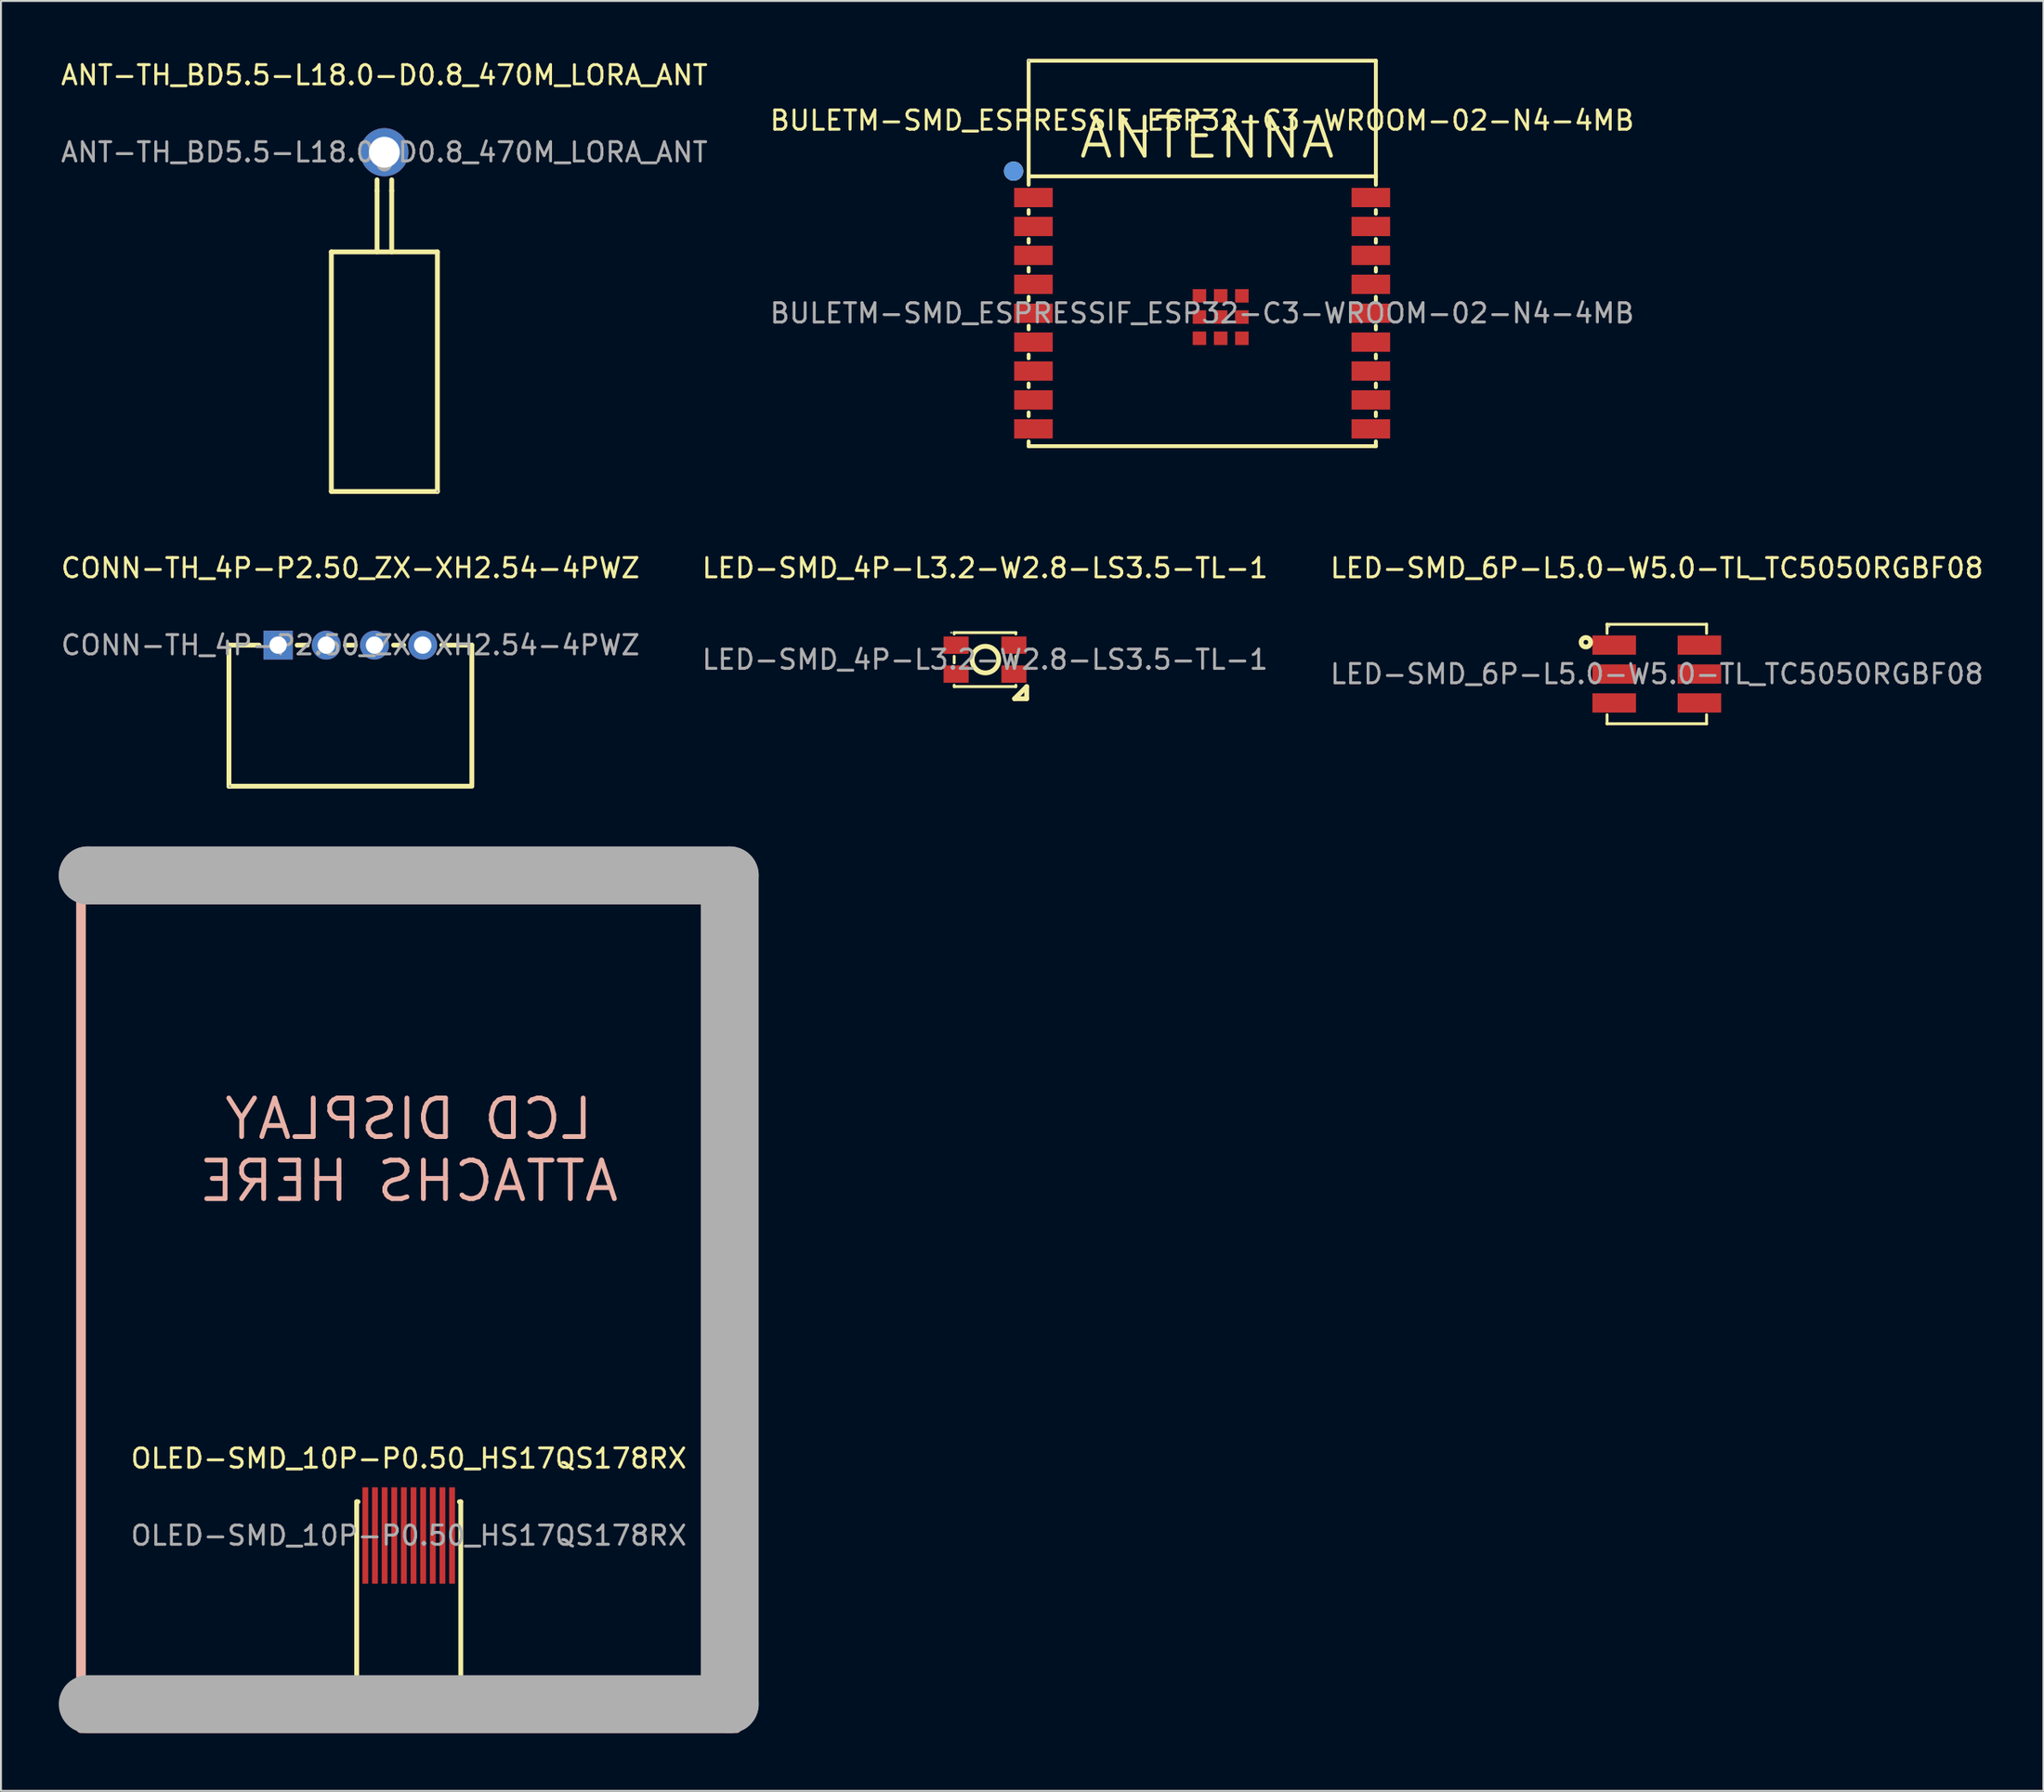
<source format=kicad_pcb>
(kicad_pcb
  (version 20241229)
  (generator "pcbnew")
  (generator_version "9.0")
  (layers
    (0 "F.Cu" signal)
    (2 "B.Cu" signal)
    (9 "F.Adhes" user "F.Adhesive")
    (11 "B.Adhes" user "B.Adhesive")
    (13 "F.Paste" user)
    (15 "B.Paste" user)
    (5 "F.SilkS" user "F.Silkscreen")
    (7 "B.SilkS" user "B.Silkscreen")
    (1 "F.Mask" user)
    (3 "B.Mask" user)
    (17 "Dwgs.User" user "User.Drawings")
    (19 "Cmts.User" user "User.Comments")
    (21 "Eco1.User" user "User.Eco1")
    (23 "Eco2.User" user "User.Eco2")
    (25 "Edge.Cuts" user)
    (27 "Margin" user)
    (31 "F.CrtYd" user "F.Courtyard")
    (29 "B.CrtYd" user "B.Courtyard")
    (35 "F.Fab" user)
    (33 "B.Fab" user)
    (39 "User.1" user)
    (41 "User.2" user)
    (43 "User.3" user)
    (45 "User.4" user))
  (footprint "ANT-TH_BD5.5-L18.0-D0.8_470M_LORA_ANT"
    (layer "F.Cu")
    (at 16.887 4.848)
    (property "Reference" "ANT-TH_BD5.5-L18.0-D0.8_470M_LORA_ANT" (at 0 -4 0) (layer "F.SilkS") (effects (font (size 1 1) (thickness 0.15))))
    (attr through_hole)
    (fp_line (start -2.75 5.17) (end -2.75 17.6) (stroke (width 0.25) (type solid)) (layer "F.SilkS"))
    (fp_line (start -2.75 5.17) (end 2.75 5.17) (stroke (width 0.25) (type solid)) (layer "F.SilkS"))
    (fp_line (start -0.38 2) (end -0.38 1.43) (stroke (width 0.25) (type solid)) (layer "F.SilkS"))
    (fp_line (start -0.38 2) (end -0.38 5.17) (stroke (width 0.25) (type solid)) (layer "F.SilkS"))
    (fp_line (start 0.38 2) (end 0.38 1.43) (stroke (width 0.25) (type solid)) (layer "F.SilkS"))
    (fp_line (start 0.38 2) (end 0.38 5.17) (stroke (width 0.25) (type solid)) (layer "F.SilkS"))
    (fp_line (start 2.75 5.17) (end 2.75 17.6) (stroke (width 0.25) (type solid)) (layer "F.SilkS"))
    (fp_line (start 2.75 17.6) (end -2.75 17.6) (stroke (width 0.25) (type solid)) (layer "F.SilkS"))
    (fp_circle (center 0 0.6) (end 0.2 0.6) (stroke (width 0.4) (type solid)) (fill no) (layer "F.Fab"))
    (fp_circle (center 2.75 17.6) (end 2.78 17.6) (stroke (width 0.06) (type solid)) (fill no) (layer "F.Fab"))
    (fp_text user "${REFERENCE}" (at 0 0 0) (layer "F.Fab") (effects (font (size 1 1) (thickness 0.15))))
    (pad "1" thru_hole circle (at 0 0 270) (size 2.5 2.5) (drill 1.6) (layers "*.Cu" "*.Mask")))
  (footprint "LED-SMD_4P-L3.2-W2.8-LS3.5-TL-1"
    (layer "F.Cu")
    (at 48.042 31.172)
    (property "Reference" "LED-SMD_4P-L3.2-W2.8-LS3.5-TL-1" (at 0 -4.75 0) (layer "F.SilkS") (effects (font (size 1 1) (thickness 0.15))))
    (attr smd)
    (fp_line (start -1.6 -1.4) (end 1.6 -1.4) (stroke (width 0.15) (type solid)) (layer "F.SilkS"))
    (fp_line (start -1.6 -1.33) (end -1.6 -1.4) (stroke (width 0.15) (type solid)) (layer "F.SilkS"))
    (fp_line (start -1.6 0.17) (end -1.6 -0.17) (stroke (width 0.15) (type solid)) (layer "F.SilkS"))
    (fp_line (start -1.6 1.4) (end -1.6 1.33) (stroke (width 0.15) (type solid)) (layer "F.SilkS"))
    (fp_line (start 1.53 2.03) (end 2.16 1.4) (stroke (width 0.25) (type solid)) (layer "F.SilkS"))
    (fp_line (start 1.6 -1.4) (end 1.6 -1.33) (stroke (width 0.15) (type solid)) (layer "F.SilkS"))
    (fp_line (start 1.6 -0.17) (end 1.6 0.17) (stroke (width 0.15) (type solid)) (layer "F.SilkS"))
    (fp_line (start 1.6 1.33) (end 1.6 1.4) (stroke (width 0.15) (type solid)) (layer "F.SilkS"))
    (fp_line (start 1.6 1.4) (end -1.6 1.4) (stroke (width 0.15) (type solid)) (layer "F.SilkS"))
    (fp_line (start 2.16 1.4) (end 2.16 2.03) (stroke (width 0.25) (type solid)) (layer "F.SilkS"))
    (fp_line (start 2.16 2.03) (end 1.53 2.03) (stroke (width 0.25) (type solid)) (layer "F.SilkS"))
    (fp_circle (center 0.02 0) (end 0.71 0) (stroke (width 0.25) (type solid)) (fill no) (layer "F.SilkS"))
    (fp_circle (center -1.75 -1.4) (end -1.72 -1.4) (stroke (width 0.06) (type solid)) (fill no) (layer "F.Fab"))
    (fp_text user "${REFERENCE}" (at 0 0 0) (layer "F.Fab") (effects (font (size 1 1) (thickness 0.15))))
    (pad "1" smd rect (at -1.5 -0.75 90) (size 0.9 1.3) (layers "F.Cu" "F.Mask" "F.Paste"))
    (pad "2" smd rect (at -1.5 0.75 90) (size 0.9 1.3) (layers "F.Cu" "F.Mask" "F.Paste"))
    (pad "3" smd rect (at 1.5 -0.75 90) (size 0.9 1.3) (layers "F.Cu" "F.Mask" "F.Paste"))
    (pad "4" smd rect (at 1.5 0.75 90) (size 0.9 1.3) (layers "F.Cu" "F.Mask" "F.Paste")))
  (footprint "OLED-SMD_10P-P0.50_HS17QS178RX"
    (layer "F.Cu")
    (at 18.15 76.617)
    (property "Reference" "OLED-SMD_10P-P0.50_HS17QS178RX" (at 0 -4 0) (layer "F.SilkS") (effects (font (size 1 1) (thickness 0.15))))
    (attr smd)
    (fp_line (start -2.7 -1.75) (end -2.7 8.75) (stroke (width 0.25) (type solid)) (layer "F.SilkS"))
    (fp_line (start -2.63 -1.75) (end -2.7 -1.75) (stroke (width 0.25) (type solid)) (layer "F.SilkS"))
    (fp_line (start 2.63 -1.75) (end 2.7 -1.75) (stroke (width 0.25) (type solid)) (layer "F.SilkS"))
    (fp_line (start 2.7 -1.75) (end 2.7 8.75) (stroke (width 0.25) (type solid)) (layer "F.SilkS"))
    (fp_rect (start -17 -33) (end 17 10) (stroke (width 0.5) (type solid)) (fill no) (layer "B.SilkS"))
    (fp_line (start -16.65 -34.25) (end -16.65 -34.25) (stroke (width 3) (type solid)) (layer "F.Fab"))
    (fp_line (start -16.65 -34.25) (end 16.65 -34.25) (stroke (width 3) (type solid)) (layer "F.Fab"))
    (fp_line (start 16.65 -34.25) (end 16.65 8.75) (stroke (width 3) (type solid)) (layer "F.Fab"))
    (fp_line (start 16.65 8.75) (end -16.65 8.75) (stroke (width 3) (type solid)) (layer "F.Fab"))
    (fp_circle (center -16.65 8.75) (end -16.62 8.75) (stroke (width 0.06) (type solid)) (fill no) (layer "F.Fab"))
    (fp_text user "LCD DISPLAY\nATTACHS HERE" (at 0 -20 0) (unlocked yes) (layer "B.SilkS") (effects (font (size 2 2) (thickness 0.25)) (justify mirror)))
    (fp_text user "${REFERENCE}" (at 0 0 0) (layer "F.Fab") (effects (font (size 1 1) (thickness 0.15))))
    (pad "1" smd rect (at -2.25 0) (size 0.3 5) (layers "F.Cu" "F.Mask" "F.Paste"))
    (pad "2" smd rect (at -1.75 0) (size 0.3 5) (layers "F.Cu" "F.Mask" "F.Paste"))
    (pad "3" smd rect (at -1.25 0) (size 0.3 5) (layers "F.Cu" "F.Mask" "F.Paste"))
    (pad "4" smd rect (at -0.75 0) (size 0.3 5) (layers "F.Cu" "F.Mask" "F.Paste"))
    (pad "5" smd rect (at -0.25 0) (size 0.3 5) (layers "F.Cu" "F.Mask" "F.Paste"))
    (pad "6" smd rect (at 0.25 0) (size 0.3 5) (layers "F.Cu" "F.Mask" "F.Paste"))
    (pad "7" smd rect (at 0.75 0) (size 0.3 5) (layers "F.Cu" "F.Mask" "F.Paste"))
    (pad "8" smd rect (at 1.25 0) (size 0.3 5) (layers "F.Cu" "F.Mask" "F.Paste"))
    (pad "9" smd rect (at 1.75 0) (size 0.3 5) (layers "F.Cu" "F.Mask" "F.Paste"))
    (pad "10" smd rect (at 2.25 0) (size 0.3 5) (layers "F.Cu" "F.Mask" "F.Paste")))
  (footprint "BULETM-SMD_ESPRESSIF_ESP32-C3-WROOM-02-N4-4MB"
    (layer "F.Cu")
    (at 59.304 13.2)
    (property "Reference" "BULETM-SMD_ESPRESSIF_ESP32-C3-WROOM-02-N4-4MB" (at 0 -10 0) (layer "F.SilkS") (effects (font (size 1 1) (thickness 0.15))))
    (attr smd)
    (fp_line (start -9 -13.1) (end -9 -6.66) (stroke (width 0.2) (type solid)) (layer "F.SilkS"))
    (fp_line (start -9 -7.1) (end 9.01 -7.1) (stroke (width 0.2) (type solid)) (layer "F.SilkS"))
    (fp_line (start -9 -5.35) (end -9 -5.16) (stroke (width 0.2) (type solid)) (layer "F.SilkS"))
    (fp_line (start -9 -3.85) (end -9 -3.66) (stroke (width 0.2) (type solid)) (layer "F.SilkS"))
    (fp_line (start -9 -2.35) (end -9 -2.16) (stroke (width 0.2) (type solid)) (layer "F.SilkS"))
    (fp_line (start -9 -0.85) (end -9 -0.66) (stroke (width 0.2) (type solid)) (layer "F.SilkS"))
    (fp_line (start -9 0.65) (end -9 0.84) (stroke (width 0.2) (type solid)) (layer "F.SilkS"))
    (fp_line (start -9 2.15) (end -9 2.34) (stroke (width 0.2) (type solid)) (layer "F.SilkS"))
    (fp_line (start -9 3.65) (end -9 3.84) (stroke (width 0.2) (type solid)) (layer "F.SilkS"))
    (fp_line (start -9 5.15) (end -9 5.34) (stroke (width 0.2) (type solid)) (layer "F.SilkS"))
    (fp_line (start -9 6.65) (end -9 6.9) (stroke (width 0.2) (type solid)) (layer "F.SilkS"))
    (fp_line (start -9 6.9) (end 9.01 6.9) (stroke (width 0.2) (type solid)) (layer "F.SilkS"))
    (fp_line (start 9.01 -13.1) (end -9 -13.1) (stroke (width 0.2) (type solid)) (layer "F.SilkS"))
    (fp_line (start 9.01 -6.66) (end 9.01 -13.1) (stroke (width 0.2) (type solid)) (layer "F.SilkS"))
    (fp_line (start 9.01 -5.16) (end 9.01 -5.35) (stroke (width 0.2) (type solid)) (layer "F.SilkS"))
    (fp_line (start 9.01 -3.66) (end 9.01 -3.85) (stroke (width 0.2) (type solid)) (layer "F.SilkS"))
    (fp_line (start 9.01 -2.16) (end 9.01 -2.35) (stroke (width 0.2) (type solid)) (layer "F.SilkS"))
    (fp_line (start 9.01 -0.66) (end 9.01 -0.85) (stroke (width 0.2) (type solid)) (layer "F.SilkS"))
    (fp_line (start 9.01 0.84) (end 9.01 0.65) (stroke (width 0.2) (type solid)) (layer "F.SilkS"))
    (fp_line (start 9.01 2.34) (end 9.01 2.15) (stroke (width 0.2) (type solid)) (layer "F.SilkS"))
    (fp_line (start 9.01 3.84) (end 9.01 3.65) (stroke (width 0.2) (type solid)) (layer "F.SilkS"))
    (fp_line (start 9.01 5.34) (end 9.01 5.15) (stroke (width 0.2) (type solid)) (layer "F.SilkS"))
    (fp_line (start 9.01 6.9) (end 9.01 6.65) (stroke (width 0.2) (type solid)) (layer "F.SilkS"))
    (fp_circle (center -9.78 -7.37) (end -9.53 -7.37) (stroke (width 0.5) (type solid)) (fill no) (layer "F.SilkS"))
    (fp_circle (center -9.78 -7.37) (end -9.53 -7.37) (stroke (width 0.5) (type solid)) (fill no) (layer "Cmts.User"))
    (fp_circle (center -9 -13.1) (end -8.97 -13.1) (stroke (width 0.06) (type solid)) (fill no) (layer "F.Fab"))
    (fp_text user "ANTENNA" (at -6.5 -9.1 0) (layer "F.SilkS") (effects (font (size 2.03 2.03) (thickness 0.2)) (justify left)))
    (fp_text user "${REFERENCE}" (at 0 0 0) (layer "F.Fab") (effects (font (size 1 1) (thickness 0.15))))
    (pad "1" smd rect (at -8.75 -6) (size 2 1) (layers "F.Cu" "F.Mask" "F.Paste"))
    (pad "2" smd rect (at -8.75 -4.5) (size 2 1) (layers "F.Cu" "F.Mask" "F.Paste"))
    (pad "3" smd rect (at -8.75 -3) (size 2 1) (layers "F.Cu" "F.Mask" "F.Paste"))
    (pad "4" smd rect (at -8.75 -1.5) (size 2 1) (layers "F.Cu" "F.Mask" "F.Paste"))
    (pad "5" smd rect (at -8.75 0) (size 2 1) (layers "F.Cu" "F.Mask" "F.Paste"))
    (pad "6" smd rect (at -8.75 1.5) (size 2 1) (layers "F.Cu" "F.Mask" "F.Paste"))
    (pad "7" smd rect (at -8.75 3) (size 2 1) (layers "F.Cu" "F.Mask" "F.Paste"))
    (pad "8" smd rect (at -8.75 4.5) (size 2 1) (layers "F.Cu" "F.Mask" "F.Paste"))
    (pad "9" smd rect (at -8.75 6) (size 2 1) (layers "F.Cu" "F.Mask" "F.Paste"))
    (pad "10" smd rect (at 8.75 6) (size 2 1) (layers "F.Cu" "F.Mask" "F.Paste"))
    (pad "11" smd rect (at 8.75 4.5) (size 2 1) (layers "F.Cu" "F.Mask" "F.Paste"))
    (pad "12" smd rect (at 8.75 3) (size 2 1) (layers "F.Cu" "F.Mask" "F.Paste"))
    (pad "13" smd rect (at 8.75 1.5) (size 2 1) (layers "F.Cu" "F.Mask" "F.Paste"))
    (pad "14" smd rect (at 8.75 0) (size 2 1) (layers "F.Cu" "F.Mask" "F.Paste"))
    (pad "15" smd rect (at 8.75 -1.5) (size 2 1) (layers "F.Cu" "F.Mask" "F.Paste"))
    (pad "16" smd rect (at 8.75 -3) (size 2 1) (layers "F.Cu" "F.Mask" "F.Paste"))
    (pad "17" smd rect (at 8.75 -4.5) (size 2 1) (layers "F.Cu" "F.Mask" "F.Paste"))
    (pad "18" smd rect (at 8.75 -6) (size 2 1) (layers "F.Cu" "F.Mask" "F.Paste"))
    (pad "19" smd rect (at -0.14 -0.9) (size 0.7 0.7) (layers "F.Cu" "F.Mask" "F.Paste"))
    (pad "19" smd rect (at -0.14 0.2) (size 0.7 0.7) (layers "F.Cu" "F.Mask" "F.Paste"))
    (pad "19" smd rect (at -0.14 1.3) (size 0.7 0.7) (layers "F.Cu" "F.Mask" "F.Paste"))
    (pad "19" smd rect (at 0.96 -0.9) (size 0.7 0.7) (layers "F.Cu" "F.Mask" "F.Paste"))
    (pad "19" smd rect (at 0.96 0.2) (size 0.7 0.7) (layers "F.Cu" "F.Mask" "F.Paste"))
    (pad "19" smd rect (at 0.96 1.3) (size 0.7 0.7) (layers "F.Cu" "F.Mask" "F.Paste"))
    (pad "19" smd rect (at 2.06 -0.9) (size 0.7 0.7) (layers "F.Cu" "F.Mask" "F.Paste"))
    (pad "19" smd rect (at 2.06 0.2) (size 0.7 0.7) (layers "F.Cu" "F.Mask" "F.Paste"))
    (pad "19" smd rect (at 2.06 1.3) (size 0.7 0.7) (layers "F.Cu" "F.Mask" "F.Paste")))
  (footprint "CONN-TH_4P-P2.50_ZX-XH2.54-4PWZ"
    (layer "F.Cu")
    (at 15.125 30.422)
    (property "Reference" "CONN-TH_4P-P2.50_ZX-XH2.54-4PWZ" (at 0 -4 0) (layer "F.SilkS") (effects (font (size 1 1) (thickness 0.15))))
    (attr through_hole)
    (fp_line (start -6.3 0) (end -6.3 7.32) (stroke (width 0.25) (type solid)) (layer "F.SilkS"))
    (fp_line (start -6.3 0) (end -4.74 0) (stroke (width 0.25) (type solid)) (layer "F.SilkS"))
    (fp_line (start -6.3 7.32) (end 6.3 7.32) (stroke (width 0.25) (type solid)) (layer "F.SilkS"))
    (fp_line (start -2.76 0) (end -2.24 0) (stroke (width 0.25) (type solid)) (layer "F.SilkS"))
    (fp_line (start -0.26 0) (end 0.26 0) (stroke (width 0.25) (type solid)) (layer "F.SilkS"))
    (fp_line (start 2.24 0) (end 2.76 0) (stroke (width 0.25) (type solid)) (layer "F.SilkS"))
    (fp_line (start 4.74 0) (end 6.3 0) (stroke (width 0.25) (type solid)) (layer "F.SilkS"))
    (fp_line (start 6.3 0) (end 6.3 7.24) (stroke (width 0.25) (type solid)) (layer "F.SilkS"))
    (fp_circle (center -6.25 7.32) (end -6.22 7.32) (stroke (width 0.06) (type solid)) (fill no) (layer "F.Fab"))
    (fp_text user "${REFERENCE}" (at 0 0 0) (layer "F.Fab") (effects (font (size 1 1) (thickness 0.15))))
    (pad "1" thru_hole rect (at -3.75 0) (size 1.52 1.5) (drill 0.9) (layers "*.Cu" "*.Mask"))
    (pad "2" thru_hole circle (at -1.25 0) (size 1.5 1.5) (drill 0.9) (layers "*.Cu" "*.Mask"))
    (pad "3" thru_hole circle (at 1.25 0) (size 1.5 1.5) (drill 0.9) (layers "*.Cu" "*.Mask"))
    (pad "4" thru_hole circle (at 3.75 0) (size 1.5 1.5) (drill 0.9) (layers "*.Cu" "*.Mask")))
  (footprint "LED-SMD_6P-L5.0-W5.0-TL_TC5050RGBF08"
    (layer "F.Cu")
    (at 82.887 31.922)
    (property "Reference" "LED-SMD_6P-L5.0-W5.0-TL_TC5050RGBF08" (at 0 -5.5 0) (layer "F.SilkS") (effects (font (size 1 1) (thickness 0.15))))
    (attr through_hole)
    (fp_line (start -2.58 -2.58) (end -2.58 -2.58) (stroke (width 0.15) (type solid)) (layer "F.SilkS"))
    (fp_line (start -2.58 -2.58) (end -2.58 -2.11) (stroke (width 0.15) (type solid)) (layer "F.SilkS"))
    (fp_line (start -2.58 2.58) (end -2.58 2.11) (stroke (width 0.15) (type solid)) (layer "F.SilkS"))
    (fp_line (start -2.58 2.58) (end -2.58 2.58) (stroke (width 0.15) (type solid)) (layer "F.SilkS"))
    (fp_line (start 2.58 -2.58) (end -2.58 -2.58) (stroke (width 0.15) (type solid)) (layer "F.SilkS"))
    (fp_line (start 2.58 -2.58) (end 2.58 -2.58) (stroke (width 0.15) (type solid)) (layer "F.SilkS"))
    (fp_line (start 2.58 -2.11) (end 2.58 -2.58) (stroke (width 0.15) (type solid)) (layer "F.SilkS"))
    (fp_line (start 2.58 2.11) (end 2.58 2.58) (stroke (width 0.15) (type solid)) (layer "F.SilkS"))
    (fp_line (start 2.58 2.58) (end -2.58 2.58) (stroke (width 0.15) (type solid)) (layer "F.SilkS"))
    (fp_line (start 2.58 2.58) (end 2.58 2.58) (stroke (width 0.15) (type solid)) (layer "F.SilkS"))
    (fp_circle (center -3.68 -1.65) (end -3.56 -1.65) (stroke (width 0.25) (type solid)) (fill no) (layer "F.SilkS"))
    (fp_circle (center -2.47 -2.47) (end -2.44 -2.47) (stroke (width 0.06) (type solid)) (fill no) (layer "F.Fab"))
    (fp_text user "${REFERENCE}" (at 0 0 0) (layer "F.Fab") (effects (font (size 1 1) (thickness 0.15))))
    (pad "1" smd rect (at -2.21 -1.5) (size 2.26 1) (layers "F.Cu" "F.Mask" "F.Paste"))
    (pad "2" smd rect (at -2.21 0) (size 2.26 1) (layers "F.Cu" "F.Mask" "F.Paste"))
    (pad "3" smd rect (at -2.21 1.5) (size 2.26 1) (layers "F.Cu" "F.Mask" "F.Paste"))
    (pad "4" smd rect (at 2.21 1.5) (size 2.26 1) (layers "F.Cu" "F.Mask" "F.Paste"))
    (pad "5" smd rect (at 2.21 0) (size 2.26 1) (layers "F.Cu" "F.Mask" "F.Paste"))
    (pad "6" smd rect (at 2.21 -1.5) (size 2.26 1) (layers "F.Cu" "F.Mask" "F.Paste")))
  (gr_rect
    (start -3 -3)
    (end 102.94 89.867)
    (stroke (width 0.1) (type default))
    (fill no)
    (layer "Edge.Cuts")))
</source>
